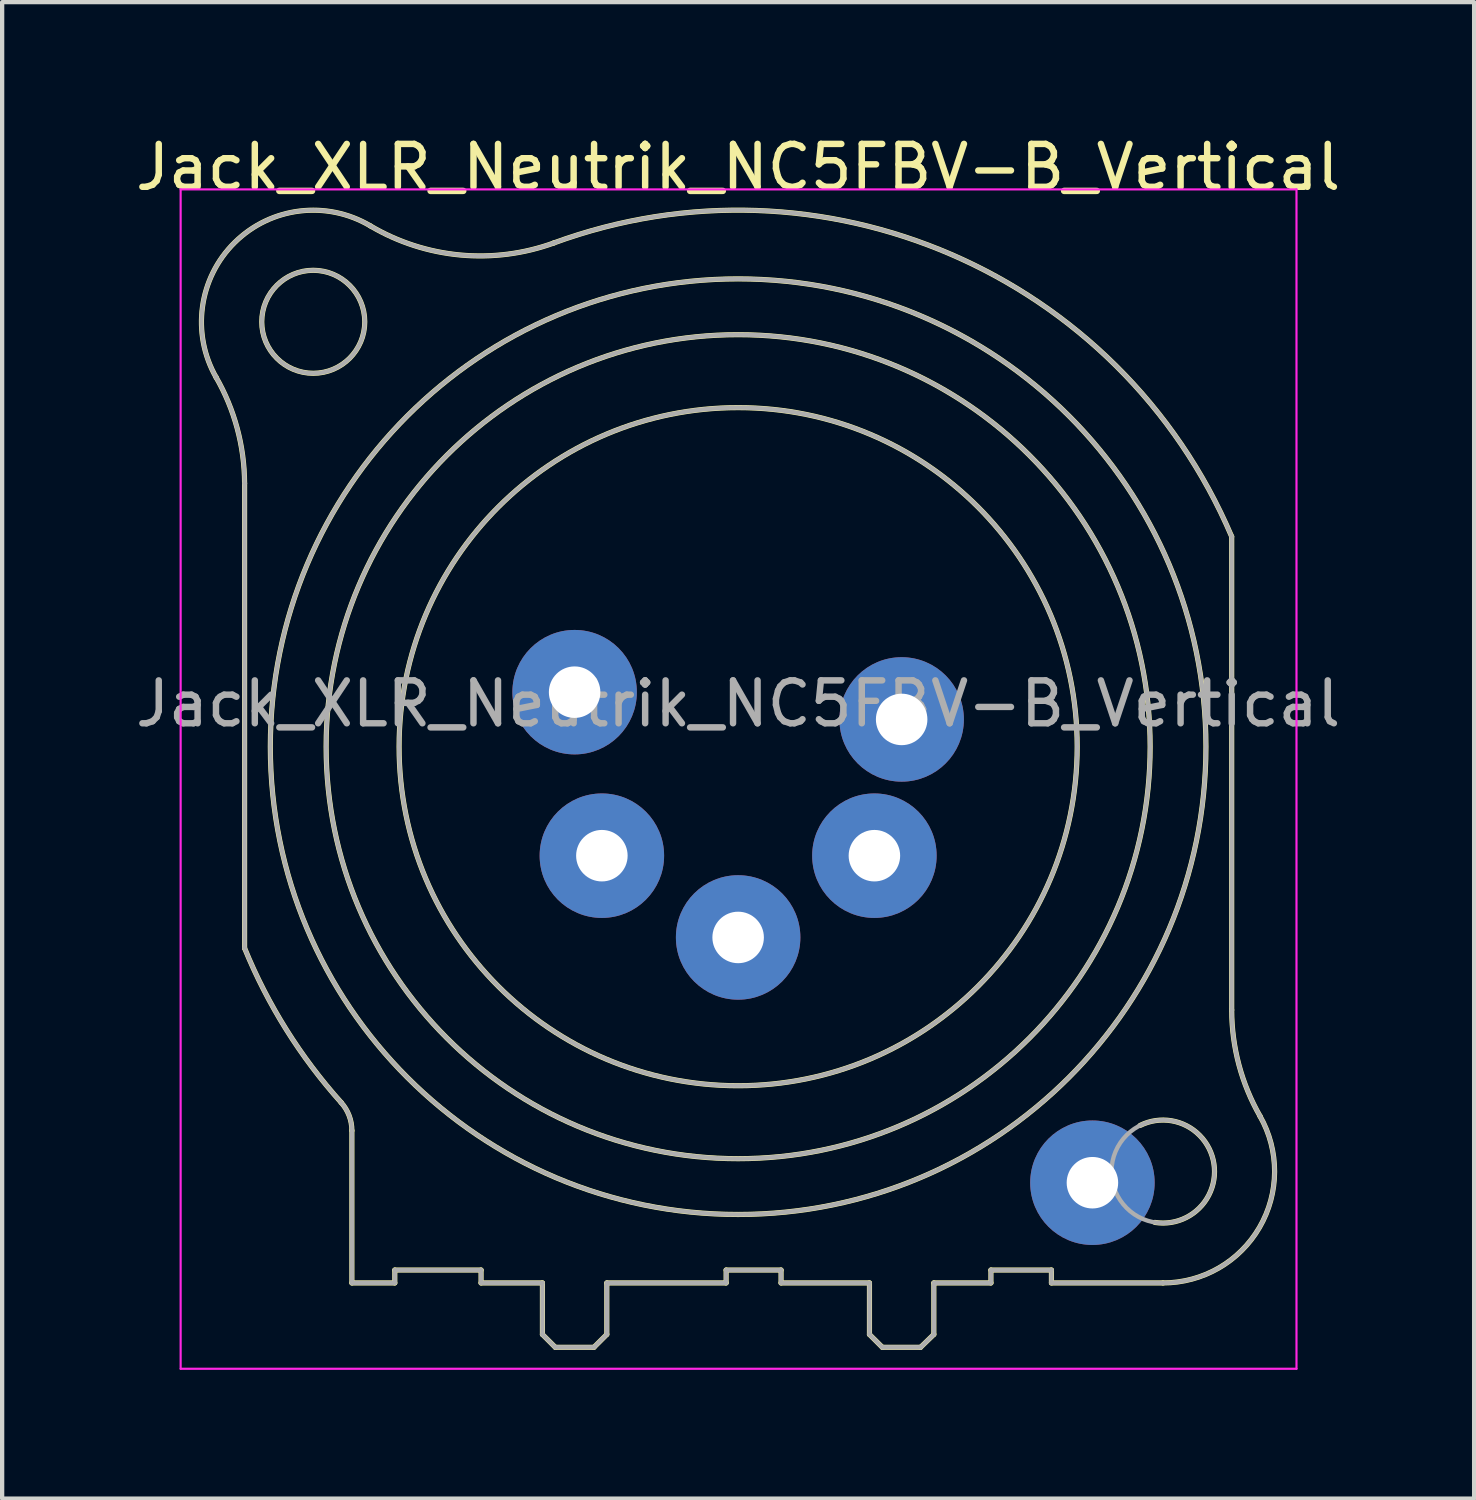
<source format=kicad_pcb>
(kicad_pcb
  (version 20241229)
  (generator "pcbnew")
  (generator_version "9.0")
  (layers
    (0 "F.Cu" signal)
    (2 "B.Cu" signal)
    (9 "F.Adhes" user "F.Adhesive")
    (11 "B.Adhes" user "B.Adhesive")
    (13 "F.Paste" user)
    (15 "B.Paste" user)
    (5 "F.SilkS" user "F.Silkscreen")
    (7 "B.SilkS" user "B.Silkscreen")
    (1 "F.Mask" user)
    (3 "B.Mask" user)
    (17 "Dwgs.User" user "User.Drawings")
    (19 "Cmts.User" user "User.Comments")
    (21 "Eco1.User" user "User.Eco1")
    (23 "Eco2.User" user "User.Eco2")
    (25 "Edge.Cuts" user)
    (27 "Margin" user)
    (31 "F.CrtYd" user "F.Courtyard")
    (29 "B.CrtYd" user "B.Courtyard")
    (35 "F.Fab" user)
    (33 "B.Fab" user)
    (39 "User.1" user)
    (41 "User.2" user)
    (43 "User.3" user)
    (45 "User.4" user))
  (footprint "Jack_XLR_Neutrik_NC5FBV-B_Vertical"
    (layer "F.Cu")
    (at 17.959 13.713)
    (property "Reference" "Jack_XLR_Neutrik_NC5FBV-B_Vertical" (at -3.81 -12.865 0) (layer "F.SilkS") (effects (font (size 1 1) (thickness 0.15))))
    (attr through_hole)
    (fp_line (start -15.31 -5.5) (end -15.31 5.33) (stroke (width 0.12) (type solid)) (layer "F.SilkS"))
    (fp_line (start -12.81 9.58) (end -12.81 13.13) (stroke (width 0.12) (type solid)) (layer "F.SilkS"))
    (fp_line (start -11.81 12.83) (end -11.81 13.13) (stroke (width 0.12) (type solid)) (layer "F.SilkS"))
    (fp_line (start -11.81 12.83) (end -9.8 12.83) (stroke (width 0.12) (type solid)) (layer "F.SilkS"))
    (fp_line (start -11.81 13.13) (end -12.81 13.13) (stroke (width 0.12) (type solid)) (layer "F.SilkS"))
    (fp_line (start -9.8 12.83) (end -9.8 13.13) (stroke (width 0.12) (type solid)) (layer "F.SilkS"))
    (fp_line (start -8.37 13.13) (end -9.8 13.13) (stroke (width 0.12) (type solid)) (layer "F.SilkS"))
    (fp_line (start -8.37 13.13) (end -8.37 14.33) (stroke (width 0.12) (type solid)) (layer "F.SilkS"))
    (fp_line (start -8.37 14.33) (end -8.07 14.63) (stroke (width 0.12) (type solid)) (layer "F.SilkS"))
    (fp_line (start -8.07 14.63) (end -7.17 14.63) (stroke (width 0.12) (type solid)) (layer "F.SilkS"))
    (fp_line (start -6.87 13.13) (end -6.87 14.33) (stroke (width 0.12) (type solid)) (layer "F.SilkS"))
    (fp_line (start -6.87 14.33) (end -7.17 14.63) (stroke (width 0.12) (type solid)) (layer "F.SilkS"))
    (fp_line (start -4.09 12.83) (end -4.09 13.13) (stroke (width 0.12) (type solid)) (layer "F.SilkS"))
    (fp_line (start -4.09 12.83) (end -2.81 12.83) (stroke (width 0.12) (type solid)) (layer "F.SilkS"))
    (fp_line (start -4.09 13.13) (end -6.87 13.13) (stroke (width 0.12) (type solid)) (layer "F.SilkS"))
    (fp_line (start -2.81 12.83) (end -2.81 13.13) (stroke (width 0.12) (type solid)) (layer "F.SilkS"))
    (fp_line (start -0.75 13.13) (end -2.81 13.13) (stroke (width 0.12) (type solid)) (layer "F.SilkS"))
    (fp_line (start -0.75 13.13) (end -0.75 14.33) (stroke (width 0.12) (type solid)) (layer "F.SilkS"))
    (fp_line (start -0.75 14.33) (end -0.45 14.63) (stroke (width 0.12) (type solid)) (layer "F.SilkS"))
    (fp_line (start -0.45 14.63) (end 0.44 14.63) (stroke (width 0.12) (type solid)) (layer "F.SilkS"))
    (fp_line (start 0.75 13.13) (end 0.75 14.33) (stroke (width 0.12) (type solid)) (layer "F.SilkS"))
    (fp_line (start 0.75 14.33) (end 0.44 14.63) (stroke (width 0.12) (type solid)) (layer "F.SilkS"))
    (fp_line (start 2.08 12.83) (end 2.08 13.13) (stroke (width 0.12) (type solid)) (layer "F.SilkS"))
    (fp_line (start 2.08 12.83) (end 3.49 12.83) (stroke (width 0.12) (type solid)) (layer "F.SilkS"))
    (fp_line (start 2.08 13.13) (end 0.75 13.13) (stroke (width 0.12) (type solid)) (layer "F.SilkS"))
    (fp_line (start 3.49 12.83) (end 3.49 13.13) (stroke (width 0.12) (type solid)) (layer "F.SilkS"))
    (fp_line (start 6.09 13.13) (end 3.49 13.13) (stroke (width 0.12) (type solid)) (layer "F.SilkS"))
    (fp_line (start 7.69 6.77) (end 7.69 -4.26) (stroke (width 0.12) (type solid)) (layer "F.SilkS"))
    (fp_arc (start -15.978065 -7.979621) (mid -15.482459 -6.783342) (end -15.31 -5.5) (stroke (width 0.12) (type solid)) (layer "F.SilkS"))
    (fp_arc (start -15.970602 -7.965327) (mid -15.537562 -11.11648) (end -12.38 -11.5) (stroke (width 0.12) (type solid)) (layer "F.SilkS"))
    (fp_arc (start -13.064011 8.921714) (mid -12.875705 9.227203) (end -12.81 9.58) (stroke (width 0.12) (type solid)) (layer "F.SilkS"))
    (fp_arc (start -13.054249 8.9318) (mid -14.337308 7.228089) (end -15.31 5.33) (stroke (width 0.12) (type solid)) (layer "F.SilkS"))
    (fp_arc (start -8.116912 -11.097925) (mid 1.152301 -10.83612) (end 7.69 -4.26) (stroke (width 0.12) (type solid)) (layer "F.SilkS"))
    (fp_arc (start -8.098974 -11.103419) (mid -10.283992 -10.821287) (end -12.38 -11.5) (stroke (width 0.12) (type solid)) (layer "F.SilkS"))
    (fp_arc (start 5.554673 9.460872) (mid 7.276356 10.353655) (end 5.9 11.72) (stroke (width 0.12) (type solid)) (layer "F.SilkS"))
    (fp_arc (start 8.348442 9.241807) (mid 8.338255 11.83589) (end 6.09 13.13) (stroke (width 0.12) (type solid)) (layer "F.SilkS"))
    (fp_arc (start 8.351797 9.24598) (mid 7.859562 8.051113) (end 7.69 6.77) (stroke (width 0.12) (type solid)) (layer "F.SilkS"))
    (fp_circle (center -13.71 -9.265) (end -12.51 -9.265) (stroke (width 0.12) (type solid)) (fill no) (layer "F.SilkS"))
    (fp_circle (center -3.81 0.635) (end 4.09 0.635) (stroke (width 0.12) (type solid)) (fill no) (layer "F.SilkS"))
    (fp_circle (center -3.81 0.635) (end 5.79 0.635) (stroke (width 0.12) (type solid)) (fill no) (layer "F.SilkS"))
    (fp_circle (center -3.81 0.635) (end 7.09 0.635) (stroke (width 0.12) (type solid)) (fill no) (layer "F.SilkS"))
    (fp_line (start -16.8 -12.35) (end 9.2 -12.35) (stroke (width 0.05) (type solid)) (layer "F.CrtYd"))
    (fp_line (start -16.8 15.13) (end -16.8 -12.35) (stroke (width 0.05) (type solid)) (layer "F.CrtYd"))
    (fp_line (start 9.2 -12.35) (end 9.2 15.13) (stroke (width 0.05) (type solid)) (layer "F.CrtYd"))
    (fp_line (start 9.2 15.13) (end -16.8 15.13) (stroke (width 0.05) (type solid)) (layer "F.CrtYd"))
    (fp_line (start -15.31 -5.5) (end -15.31 5.33) (stroke (width 0.1) (type solid)) (layer "F.Fab"))
    (fp_line (start -12.81 9.58) (end -12.81 13.13) (stroke (width 0.1) (type solid)) (layer "F.Fab"))
    (fp_line (start -11.81 12.83) (end -11.81 13.13) (stroke (width 0.1) (type solid)) (layer "F.Fab"))
    (fp_line (start -11.81 12.83) (end -9.8 12.83) (stroke (width 0.1) (type solid)) (layer "F.Fab"))
    (fp_line (start -11.81 13.13) (end -12.81 13.13) (stroke (width 0.1) (type solid)) (layer "F.Fab"))
    (fp_line (start -9.8 12.83) (end -9.8 13.13) (stroke (width 0.1) (type solid)) (layer "F.Fab"))
    (fp_line (start -8.37 13.13) (end -9.8 13.13) (stroke (width 0.1) (type solid)) (layer "F.Fab"))
    (fp_line (start -8.37 13.13) (end -8.37 14.33) (stroke (width 0.1) (type solid)) (layer "F.Fab"))
    (fp_line (start -8.37 14.33) (end -8.07 14.63) (stroke (width 0.1) (type solid)) (layer "F.Fab"))
    (fp_line (start -8.07 14.63) (end -7.17 14.63) (stroke (width 0.1) (type solid)) (layer "F.Fab"))
    (fp_line (start -6.87 13.13) (end -6.87 14.33) (stroke (width 0.1) (type solid)) (layer "F.Fab"))
    (fp_line (start -6.87 14.33) (end -7.17 14.63) (stroke (width 0.1) (type solid)) (layer "F.Fab"))
    (fp_line (start -4.09 12.83) (end -4.09 13.13) (stroke (width 0.1) (type solid)) (layer "F.Fab"))
    (fp_line (start -4.09 12.83) (end -2.81 12.83) (stroke (width 0.1) (type solid)) (layer "F.Fab"))
    (fp_line (start -4.09 13.13) (end -6.87 13.13) (stroke (width 0.1) (type solid)) (layer "F.Fab"))
    (fp_line (start -2.81 12.83) (end -2.81 13.13) (stroke (width 0.1) (type solid)) (layer "F.Fab"))
    (fp_line (start -0.75 13.13) (end -2.81 13.13) (stroke (width 0.1) (type solid)) (layer "F.Fab"))
    (fp_line (start -0.75 13.13) (end -0.75 14.33) (stroke (width 0.1) (type solid)) (layer "F.Fab"))
    (fp_line (start -0.75 14.33) (end -0.45 14.63) (stroke (width 0.1) (type solid)) (layer "F.Fab"))
    (fp_line (start -0.45 14.63) (end 0.44 14.63) (stroke (width 0.1) (type solid)) (layer "F.Fab"))
    (fp_line (start 0.75 13.13) (end 0.75 14.33) (stroke (width 0.1) (type solid)) (layer "F.Fab"))
    (fp_line (start 0.75 14.33) (end 0.44 14.63) (stroke (width 0.1) (type solid)) (layer "F.Fab"))
    (fp_line (start 2.08 12.83) (end 2.08 13.13) (stroke (width 0.1) (type solid)) (layer "F.Fab"))
    (fp_line (start 2.08 12.83) (end 3.49 12.83) (stroke (width 0.1) (type solid)) (layer "F.Fab"))
    (fp_line (start 2.08 13.13) (end 0.75 13.13) (stroke (width 0.1) (type solid)) (layer "F.Fab"))
    (fp_line (start 3.49 12.83) (end 3.49 13.13) (stroke (width 0.1) (type solid)) (layer "F.Fab"))
    (fp_line (start 6.09 13.13) (end 3.49 13.13) (stroke (width 0.1) (type solid)) (layer "F.Fab"))
    (fp_line (start 7.69 6.77) (end 7.69 -4.26) (stroke (width 0.1) (type solid)) (layer "F.Fab"))
    (fp_arc (start -15.978065 -7.979621) (mid -15.482459 -6.783342) (end -15.31 -5.5) (stroke (width 0.1) (type solid)) (layer "F.Fab"))
    (fp_arc (start -15.970602 -7.965327) (mid -15.537562 -11.11648) (end -12.38 -11.5) (stroke (width 0.1) (type solid)) (layer "F.Fab"))
    (fp_arc (start -13.064011 8.921714) (mid -12.875705 9.227203) (end -12.81 9.58) (stroke (width 0.1) (type solid)) (layer "F.Fab"))
    (fp_arc (start -13.054249 8.9318) (mid -14.337308 7.228089) (end -15.31 5.33) (stroke (width 0.1) (type solid)) (layer "F.Fab"))
    (fp_arc (start -8.116912 -11.097925) (mid 1.152301 -10.83612) (end 7.69 -4.26) (stroke (width 0.1) (type solid)) (layer "F.Fab"))
    (fp_arc (start -8.098974 -11.103419) (mid -10.283992 -10.821287) (end -12.38 -11.5) (stroke (width 0.1) (type solid)) (layer "F.Fab"))
    (fp_arc (start 8.348442 9.241807) (mid 8.338255 11.83589) (end 6.09 13.13) (stroke (width 0.1) (type solid)) (layer "F.Fab"))
    (fp_arc (start 8.351797 9.24598) (mid 7.859562 8.051113) (end 7.69 6.77) (stroke (width 0.1) (type solid)) (layer "F.Fab"))
    (fp_circle (center -13.71 -9.265) (end -12.51 -9.265) (stroke (width 0.1) (type solid)) (fill no) (layer "F.Fab"))
    (fp_circle (center -3.81 0.635) (end 4.09 0.635) (stroke (width 0.1) (type solid)) (fill no) (layer "F.Fab"))
    (fp_circle (center -3.81 0.635) (end 5.79 0.635) (stroke (width 0.1) (type solid)) (fill no) (layer "F.Fab"))
    (fp_circle (center -3.81 0.635) (end 7.09 0.635) (stroke (width 0.1) (type solid)) (fill no) (layer "F.Fab"))
    (fp_circle (center 6.09 10.535) (end 7.29 10.535) (stroke (width 0.1) (type solid)) (fill no) (layer "F.Fab"))
    (fp_text user "${REFERENCE}" (at -3.81 -0.365 0) (layer "F.Fab") (effects (font (size 1 1) (thickness 0.15))))
    (pad "1" thru_hole circle (at 0 0) (size 2.9 2.9) (drill 1.2) (layers "*.Cu" "*.Mask"))
    (pad "2" thru_hole circle (at -0.635 3.175) (size 2.9 2.9) (drill 1.2) (layers "*.Cu" "*.Mask"))
    (pad "3" thru_hole circle (at -3.81 5.08) (size 2.9 2.9) (drill 1.2) (layers "*.Cu" "*.Mask"))
    (pad "4" thru_hole circle (at -6.985 3.175) (size 2.9 2.9) (drill 1.2) (layers "*.Cu" "*.Mask"))
    (pad "5" thru_hole circle (at -7.62 -0.635) (size 2.9 2.9) (drill 1.2) (layers "*.Cu" "*.Mask"))
    (pad "G" thru_hole circle (at 4.445 10.795) (size 2.9 2.9) (drill 1.2) (layers "*.Cu" "*.Mask")))
  (gr_rect
    (start -3 -3)
    (end 31.298 31.868)
    (stroke (width 0.1) (type default))
    (fill no)
    (layer "Edge.Cuts")))
</source>
